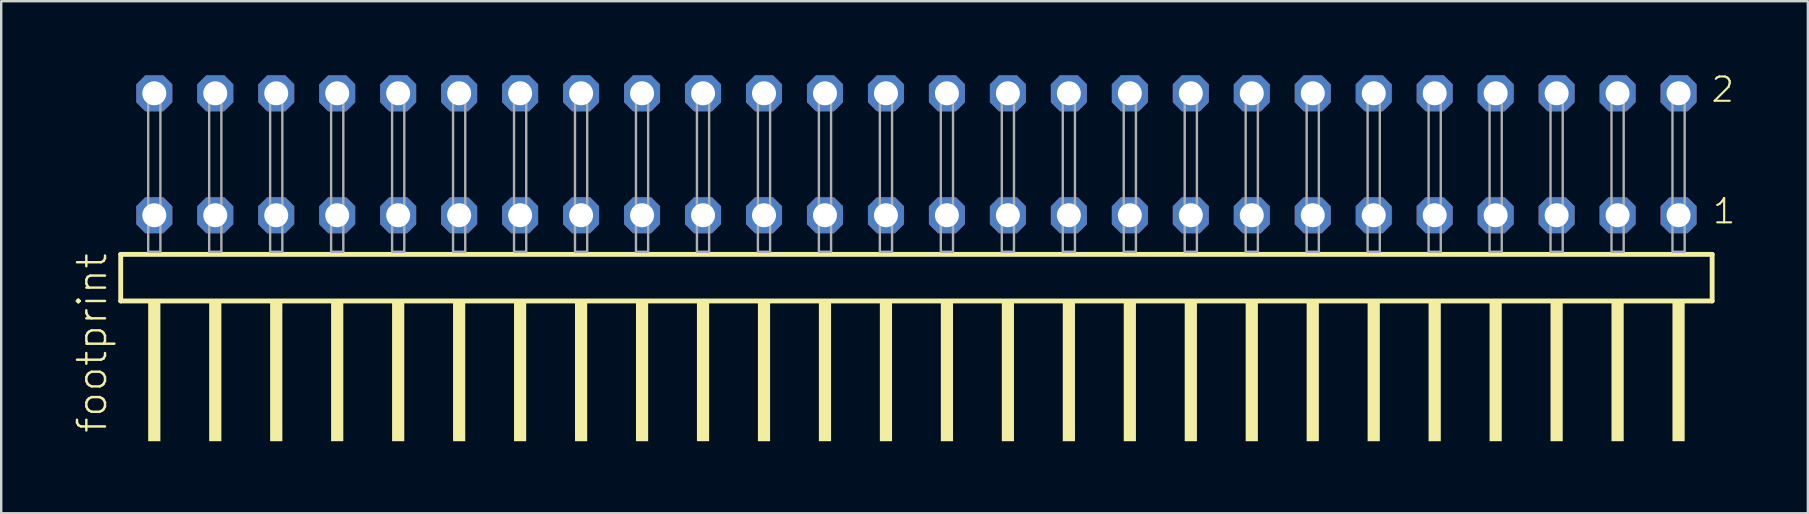
<source format=kicad_pcb>
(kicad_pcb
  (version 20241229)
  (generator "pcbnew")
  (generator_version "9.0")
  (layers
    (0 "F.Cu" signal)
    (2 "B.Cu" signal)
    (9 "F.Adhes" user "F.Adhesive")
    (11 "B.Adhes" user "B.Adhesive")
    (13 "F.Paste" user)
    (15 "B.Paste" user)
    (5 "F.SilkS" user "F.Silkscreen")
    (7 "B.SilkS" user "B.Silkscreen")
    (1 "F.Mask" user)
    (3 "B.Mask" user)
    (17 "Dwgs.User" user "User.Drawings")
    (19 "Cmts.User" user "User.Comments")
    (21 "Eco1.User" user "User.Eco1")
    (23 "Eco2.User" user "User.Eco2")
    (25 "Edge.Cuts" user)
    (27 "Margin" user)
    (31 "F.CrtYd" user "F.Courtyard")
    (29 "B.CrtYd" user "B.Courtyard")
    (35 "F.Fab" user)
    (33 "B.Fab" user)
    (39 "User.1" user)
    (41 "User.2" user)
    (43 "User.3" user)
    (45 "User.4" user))
  (footprint "footprint"
    (layer "F.Cu")
    (at 35.128 7.441)
    (property "Reference" "footprint" (at -33.655 7.62 90) (layer "F.SilkS") (effects (font (size 1.168 1.168) (thickness 0.102)) (justify left bottom)))
    (fp_line (start -33.149 0.106) (end -33.149 2.046) (stroke (width 0.203) (type solid)) (layer "F.SilkS"))
    (fp_line (start -33.149 2.046) (end 33.149 2.046) (stroke (width 0.203) (type solid)) (layer "F.SilkS"))
    (fp_line (start 33.149 0.106) (end -33.149 0.106) (stroke (width 0.203) (type solid)) (layer "F.SilkS"))
    (fp_line (start 33.149 2.046) (end 33.149 0.106) (stroke (width 0.203) (type solid)) (layer "F.SilkS"))
    (fp_poly (pts (xy -32.004 7.89) (xy -31.496 7.89) (xy -31.496 2.04) (xy -32.004 2.04)) (stroke (width 0) (type solid)) (fill yes) (layer "F.SilkS"))
    (fp_poly (pts (xy -29.464 7.89) (xy -28.956 7.89) (xy -28.956 2.04) (xy -29.464 2.04)) (stroke (width 0) (type solid)) (fill yes) (layer "F.SilkS"))
    (fp_poly (pts (xy -26.924 7.89) (xy -26.416 7.89) (xy -26.416 2.04) (xy -26.924 2.04)) (stroke (width 0) (type solid)) (fill yes) (layer "F.SilkS"))
    (fp_poly (pts (xy -24.384 7.89) (xy -23.876 7.89) (xy -23.876 2.04) (xy -24.384 2.04)) (stroke (width 0) (type solid)) (fill yes) (layer "F.SilkS"))
    (fp_poly (pts (xy -21.844 7.89) (xy -21.336 7.89) (xy -21.336 2.04) (xy -21.844 2.04)) (stroke (width 0) (type solid)) (fill yes) (layer "F.SilkS"))
    (fp_poly (pts (xy -19.304 7.89) (xy -18.796 7.89) (xy -18.796 2.04) (xy -19.304 2.04)) (stroke (width 0) (type solid)) (fill yes) (layer "F.SilkS"))
    (fp_poly (pts (xy -16.764 7.89) (xy -16.256 7.89) (xy -16.256 2.04) (xy -16.764 2.04)) (stroke (width 0) (type solid)) (fill yes) (layer "F.SilkS"))
    (fp_poly (pts (xy -14.224 7.89) (xy -13.716 7.89) (xy -13.716 2.04) (xy -14.224 2.04)) (stroke (width 0) (type solid)) (fill yes) (layer "F.SilkS"))
    (fp_poly (pts (xy -11.684 7.89) (xy -11.176 7.89) (xy -11.176 2.04) (xy -11.684 2.04)) (stroke (width 0) (type solid)) (fill yes) (layer "F.SilkS"))
    (fp_poly (pts (xy -9.144 7.89) (xy -8.636 7.89) (xy -8.636 2.04) (xy -9.144 2.04)) (stroke (width 0) (type solid)) (fill yes) (layer "F.SilkS"))
    (fp_poly (pts (xy -6.604 7.89) (xy -6.096 7.89) (xy -6.096 2.04) (xy -6.604 2.04)) (stroke (width 0) (type solid)) (fill yes) (layer "F.SilkS"))
    (fp_poly (pts (xy -4.064 7.89) (xy -3.556 7.89) (xy -3.556 2.04) (xy -4.064 2.04)) (stroke (width 0) (type solid)) (fill yes) (layer "F.SilkS"))
    (fp_poly (pts (xy -1.524 7.89) (xy -1.016 7.89) (xy -1.016 2.04) (xy -1.524 2.04)) (stroke (width 0) (type solid)) (fill yes) (layer "F.SilkS"))
    (fp_poly (pts (xy 1.016 7.89) (xy 1.524 7.89) (xy 1.524 2.04) (xy 1.016 2.04)) (stroke (width 0) (type solid)) (fill yes) (layer "F.SilkS"))
    (fp_poly (pts (xy 3.556 7.89) (xy 4.064 7.89) (xy 4.064 2.04) (xy 3.556 2.04)) (stroke (width 0) (type solid)) (fill yes) (layer "F.SilkS"))
    (fp_poly (pts (xy 6.096 7.89) (xy 6.604 7.89) (xy 6.604 2.04) (xy 6.096 2.04)) (stroke (width 0) (type solid)) (fill yes) (layer "F.SilkS"))
    (fp_poly (pts (xy 8.636 7.89) (xy 9.144 7.89) (xy 9.144 2.04) (xy 8.636 2.04)) (stroke (width 0) (type solid)) (fill yes) (layer "F.SilkS"))
    (fp_poly (pts (xy 11.176 7.89) (xy 11.684 7.89) (xy 11.684 2.04) (xy 11.176 2.04)) (stroke (width 0) (type solid)) (fill yes) (layer "F.SilkS"))
    (fp_poly (pts (xy 13.716 7.89) (xy 14.224 7.89) (xy 14.224 2.04) (xy 13.716 2.04)) (stroke (width 0) (type solid)) (fill yes) (layer "F.SilkS"))
    (fp_poly (pts (xy 16.256 7.89) (xy 16.764 7.89) (xy 16.764 2.04) (xy 16.256 2.04)) (stroke (width 0) (type solid)) (fill yes) (layer "F.SilkS"))
    (fp_poly (pts (xy 18.796 7.89) (xy 19.304 7.89) (xy 19.304 2.04) (xy 18.796 2.04)) (stroke (width 0) (type solid)) (fill yes) (layer "F.SilkS"))
    (fp_poly (pts (xy 21.336 7.89) (xy 21.844 7.89) (xy 21.844 2.04) (xy 21.336 2.04)) (stroke (width 0) (type solid)) (fill yes) (layer "F.SilkS"))
    (fp_poly (pts (xy 23.876 7.89) (xy 24.384 7.89) (xy 24.384 2.04) (xy 23.876 2.04)) (stroke (width 0) (type solid)) (fill yes) (layer "F.SilkS"))
    (fp_poly (pts (xy 26.416 7.89) (xy 26.924 7.89) (xy 26.924 2.04) (xy 26.416 2.04)) (stroke (width 0) (type solid)) (fill yes) (layer "F.SilkS"))
    (fp_poly (pts (xy 28.956 7.89) (xy 29.464 7.89) (xy 29.464 2.04) (xy 28.956 2.04)) (stroke (width 0) (type solid)) (fill yes) (layer "F.SilkS"))
    (fp_poly (pts (xy 31.496 7.89) (xy 32.004 7.89) (xy 32.004 2.04) (xy 31.496 2.04)) (stroke (width 0) (type solid)) (fill yes) (layer "F.SilkS"))
    (fp_poly (pts (xy -32.004 0) (xy -31.496 0) (xy -31.496 -6.858) (xy -32.004 -6.858)) (stroke (width 0.1) (type solid)) (fill no) (layer "F.Fab"))
    (fp_poly (pts (xy -29.464 0) (xy -28.956 0) (xy -28.956 -6.858) (xy -29.464 -6.858)) (stroke (width 0.1) (type solid)) (fill no) (layer "F.Fab"))
    (fp_poly (pts (xy -26.924 0) (xy -26.416 0) (xy -26.416 -6.858) (xy -26.924 -6.858)) (stroke (width 0.1) (type solid)) (fill no) (layer "F.Fab"))
    (fp_poly (pts (xy -24.384 0) (xy -23.876 0) (xy -23.876 -6.858) (xy -24.384 -6.858)) (stroke (width 0.1) (type solid)) (fill no) (layer "F.Fab"))
    (fp_poly (pts (xy -21.844 0) (xy -21.336 0) (xy -21.336 -6.858) (xy -21.844 -6.858)) (stroke (width 0.1) (type solid)) (fill no) (layer "F.Fab"))
    (fp_poly (pts (xy -19.304 0) (xy -18.796 0) (xy -18.796 -6.858) (xy -19.304 -6.858)) (stroke (width 0.1) (type solid)) (fill no) (layer "F.Fab"))
    (fp_poly (pts (xy -16.764 0) (xy -16.256 0) (xy -16.256 -6.858) (xy -16.764 -6.858)) (stroke (width 0.1) (type solid)) (fill no) (layer "F.Fab"))
    (fp_poly (pts (xy -14.224 0) (xy -13.716 0) (xy -13.716 -6.858) (xy -14.224 -6.858)) (stroke (width 0.1) (type solid)) (fill no) (layer "F.Fab"))
    (fp_poly (pts (xy -11.684 0) (xy -11.176 0) (xy -11.176 -6.858) (xy -11.684 -6.858)) (stroke (width 0.1) (type solid)) (fill no) (layer "F.Fab"))
    (fp_poly (pts (xy -9.144 0) (xy -8.636 0) (xy -8.636 -6.858) (xy -9.144 -6.858)) (stroke (width 0.1) (type solid)) (fill no) (layer "F.Fab"))
    (fp_poly (pts (xy -6.604 0) (xy -6.096 0) (xy -6.096 -6.858) (xy -6.604 -6.858)) (stroke (width 0.1) (type solid)) (fill no) (layer "F.Fab"))
    (fp_poly (pts (xy -4.064 0) (xy -3.556 0) (xy -3.556 -6.858) (xy -4.064 -6.858)) (stroke (width 0.1) (type solid)) (fill no) (layer "F.Fab"))
    (fp_poly (pts (xy -1.524 0) (xy -1.016 0) (xy -1.016 -6.858) (xy -1.524 -6.858)) (stroke (width 0.1) (type solid)) (fill no) (layer "F.Fab"))
    (fp_poly (pts (xy 1.016 0) (xy 1.524 0) (xy 1.524 -6.858) (xy 1.016 -6.858)) (stroke (width 0.1) (type solid)) (fill no) (layer "F.Fab"))
    (fp_poly (pts (xy 3.556 0) (xy 4.064 0) (xy 4.064 -6.858) (xy 3.556 -6.858)) (stroke (width 0.1) (type solid)) (fill no) (layer "F.Fab"))
    (fp_poly (pts (xy 6.096 0) (xy 6.604 0) (xy 6.604 -6.858) (xy 6.096 -6.858)) (stroke (width 0.1) (type solid)) (fill no) (layer "F.Fab"))
    (fp_poly (pts (xy 8.636 0) (xy 9.144 0) (xy 9.144 -6.858) (xy 8.636 -6.858)) (stroke (width 0.1) (type solid)) (fill no) (layer "F.Fab"))
    (fp_poly (pts (xy 11.176 0) (xy 11.684 0) (xy 11.684 -6.858) (xy 11.176 -6.858)) (stroke (width 0.1) (type solid)) (fill no) (layer "F.Fab"))
    (fp_poly (pts (xy 13.716 0) (xy 14.224 0) (xy 14.224 -6.858) (xy 13.716 -6.858)) (stroke (width 0.1) (type solid)) (fill no) (layer "F.Fab"))
    (fp_poly (pts (xy 16.256 0) (xy 16.764 0) (xy 16.764 -6.858) (xy 16.256 -6.858)) (stroke (width 0.1) (type solid)) (fill no) (layer "F.Fab"))
    (fp_poly (pts (xy 18.796 0) (xy 19.304 0) (xy 19.304 -6.858) (xy 18.796 -6.858)) (stroke (width 0.1) (type solid)) (fill no) (layer "F.Fab"))
    (fp_poly (pts (xy 21.336 0) (xy 21.844 0) (xy 21.844 -6.858) (xy 21.336 -6.858)) (stroke (width 0.1) (type solid)) (fill no) (layer "F.Fab"))
    (fp_poly (pts (xy 23.876 0) (xy 24.384 0) (xy 24.384 -6.858) (xy 23.876 -6.858)) (stroke (width 0.1) (type solid)) (fill no) (layer "F.Fab"))
    (fp_poly (pts (xy 26.416 0) (xy 26.924 0) (xy 26.924 -6.858) (xy 26.416 -6.858)) (stroke (width 0.1) (type solid)) (fill no) (layer "F.Fab"))
    (fp_poly (pts (xy 28.956 0) (xy 29.464 0) (xy 29.464 -6.858) (xy 28.956 -6.858)) (stroke (width 0.1) (type solid)) (fill no) (layer "F.Fab"))
    (fp_poly (pts (xy 31.496 0) (xy 32.004 0) (xy 32.004 -6.858) (xy 31.496 -6.858)) (stroke (width 0.1) (type solid)) (fill no) (layer "F.Fab"))
    (fp_text user "1" (at 33.11 -1.1 0) (layer "F.SilkS") (effects (font (size 1.012 1.012) (thickness 0.088)) (justify left bottom)))
    (fp_text user "2" (at 33.05 -6.165 0) (layer "F.SilkS") (effects (font (size 1.012 1.012) (thickness 0.088)) (justify left bottom)))
    (pad "1" thru_hole roundrect (at 31.75 -1.524 180) (size 1.5 1.5) (drill 1) (layers "*.Cu" "*.Mask") (roundrect_rratio 0.25) (chamfer_ratio 0.25) (chamfer top_left top_right bottom_left bottom_right))
    (pad "2" thru_hole roundrect (at 31.75 -6.604 180) (size 1.5 1.5) (drill 1) (layers "*.Cu" "*.Mask") (roundrect_rratio 0.25) (chamfer_ratio 0.25) (chamfer top_left top_right bottom_left bottom_right))
    (pad "3" thru_hole roundrect (at 29.21 -1.524 180) (size 1.5 1.5) (drill 1) (layers "*.Cu" "*.Mask") (roundrect_rratio 0.25) (chamfer_ratio 0.25) (chamfer top_left top_right bottom_left bottom_right))
    (pad "4" thru_hole roundrect (at 29.21 -6.604 180) (size 1.5 1.5) (drill 1) (layers "*.Cu" "*.Mask") (roundrect_rratio 0.25) (chamfer_ratio 0.25) (chamfer top_left top_right bottom_left bottom_right))
    (pad "5" thru_hole roundrect (at 26.67 -1.524 180) (size 1.5 1.5) (drill 1) (layers "*.Cu" "*.Mask") (roundrect_rratio 0.25) (chamfer_ratio 0.25) (chamfer top_left top_right bottom_left bottom_right))
    (pad "6" thru_hole roundrect (at 26.67 -6.604 180) (size 1.5 1.5) (drill 1) (layers "*.Cu" "*.Mask") (roundrect_rratio 0.25) (chamfer_ratio 0.25) (chamfer top_left top_right bottom_left bottom_right))
    (pad "7" thru_hole roundrect (at 24.13 -1.524 180) (size 1.5 1.5) (drill 1) (layers "*.Cu" "*.Mask") (roundrect_rratio 0.25) (chamfer_ratio 0.25) (chamfer top_left top_right bottom_left bottom_right))
    (pad "8" thru_hole roundrect (at 24.13 -6.604 180) (size 1.5 1.5) (drill 1) (layers "*.Cu" "*.Mask") (roundrect_rratio 0.25) (chamfer_ratio 0.25) (chamfer top_left top_right bottom_left bottom_right))
    (pad "9" thru_hole roundrect (at 21.59 -1.524 180) (size 1.5 1.5) (drill 1) (layers "*.Cu" "*.Mask") (roundrect_rratio 0.25) (chamfer_ratio 0.25) (chamfer top_left top_right bottom_left bottom_right))
    (pad "10" thru_hole roundrect (at 21.59 -6.604 180) (size 1.5 1.5) (drill 1) (layers "*.Cu" "*.Mask") (roundrect_rratio 0.25) (chamfer_ratio 0.25) (chamfer top_left top_right bottom_left bottom_right))
    (pad "11" thru_hole roundrect (at 19.05 -1.524 180) (size 1.5 1.5) (drill 1) (layers "*.Cu" "*.Mask") (roundrect_rratio 0.25) (chamfer_ratio 0.25) (chamfer top_left top_right bottom_left bottom_right))
    (pad "12" thru_hole roundrect (at 19.05 -6.604 180) (size 1.5 1.5) (drill 1) (layers "*.Cu" "*.Mask") (roundrect_rratio 0.25) (chamfer_ratio 0.25) (chamfer top_left top_right bottom_left bottom_right))
    (pad "13" thru_hole roundrect (at 16.51 -1.524 180) (size 1.5 1.5) (drill 1) (layers "*.Cu" "*.Mask") (roundrect_rratio 0.25) (chamfer_ratio 0.25) (chamfer top_left top_right bottom_left bottom_right))
    (pad "14" thru_hole roundrect (at 16.51 -6.604 180) (size 1.5 1.5) (drill 1) (layers "*.Cu" "*.Mask") (roundrect_rratio 0.25) (chamfer_ratio 0.25) (chamfer top_left top_right bottom_left bottom_right))
    (pad "15" thru_hole roundrect (at 13.97 -1.524 180) (size 1.5 1.5) (drill 1) (layers "*.Cu" "*.Mask") (roundrect_rratio 0.25) (chamfer_ratio 0.25) (chamfer top_left top_right bottom_left bottom_right))
    (pad "16" thru_hole roundrect (at 13.97 -6.604 180) (size 1.5 1.5) (drill 1) (layers "*.Cu" "*.Mask") (roundrect_rratio 0.25) (chamfer_ratio 0.25) (chamfer top_left top_right bottom_left bottom_right))
    (pad "17" thru_hole roundrect (at 11.43 -1.524 180) (size 1.5 1.5) (drill 1) (layers "*.Cu" "*.Mask") (roundrect_rratio 0.25) (chamfer_ratio 0.25) (chamfer top_left top_right bottom_left bottom_right))
    (pad "18" thru_hole roundrect (at 11.43 -6.604 180) (size 1.5 1.5) (drill 1) (layers "*.Cu" "*.Mask") (roundrect_rratio 0.25) (chamfer_ratio 0.25) (chamfer top_left top_right bottom_left bottom_right))
    (pad "19" thru_hole roundrect (at 8.89 -1.524 180) (size 1.5 1.5) (drill 1) (layers "*.Cu" "*.Mask") (roundrect_rratio 0.25) (chamfer_ratio 0.25) (chamfer top_left top_right bottom_left bottom_right))
    (pad "20" thru_hole roundrect (at 8.89 -6.604 180) (size 1.5 1.5) (drill 1) (layers "*.Cu" "*.Mask") (roundrect_rratio 0.25) (chamfer_ratio 0.25) (chamfer top_left top_right bottom_left bottom_right))
    (pad "21" thru_hole roundrect (at 6.35 -1.524 180) (size 1.5 1.5) (drill 1) (layers "*.Cu" "*.Mask") (roundrect_rratio 0.25) (chamfer_ratio 0.25) (chamfer top_left top_right bottom_left bottom_right))
    (pad "22" thru_hole roundrect (at 6.35 -6.604 180) (size 1.5 1.5) (drill 1) (layers "*.Cu" "*.Mask") (roundrect_rratio 0.25) (chamfer_ratio 0.25) (chamfer top_left top_right bottom_left bottom_right))
    (pad "23" thru_hole roundrect (at 3.81 -1.524 180) (size 1.5 1.5) (drill 1) (layers "*.Cu" "*.Mask") (roundrect_rratio 0.25) (chamfer_ratio 0.25) (chamfer top_left top_right bottom_left bottom_right))
    (pad "24" thru_hole roundrect (at 3.81 -6.604 180) (size 1.5 1.5) (drill 1) (layers "*.Cu" "*.Mask") (roundrect_rratio 0.25) (chamfer_ratio 0.25) (chamfer top_left top_right bottom_left bottom_right))
    (pad "25" thru_hole roundrect (at 1.27 -1.524 180) (size 1.5 1.5) (drill 1) (layers "*.Cu" "*.Mask") (roundrect_rratio 0.25) (chamfer_ratio 0.25) (chamfer top_left top_right bottom_left bottom_right))
    (pad "26" thru_hole roundrect (at 1.27 -6.604 180) (size 1.5 1.5) (drill 1) (layers "*.Cu" "*.Mask") (roundrect_rratio 0.25) (chamfer_ratio 0.25) (chamfer top_left top_right bottom_left bottom_right))
    (pad "27" thru_hole roundrect (at -1.27 -1.524 180) (size 1.5 1.5) (drill 1) (layers "*.Cu" "*.Mask") (roundrect_rratio 0.25) (chamfer_ratio 0.25) (chamfer top_left top_right bottom_left bottom_right))
    (pad "28" thru_hole roundrect (at -1.27 -6.604 180) (size 1.5 1.5) (drill 1) (layers "*.Cu" "*.Mask") (roundrect_rratio 0.25) (chamfer_ratio 0.25) (chamfer top_left top_right bottom_left bottom_right))
    (pad "29" thru_hole roundrect (at -3.81 -1.524 180) (size 1.5 1.5) (drill 1) (layers "*.Cu" "*.Mask") (roundrect_rratio 0.25) (chamfer_ratio 0.25) (chamfer top_left top_right bottom_left bottom_right))
    (pad "30" thru_hole roundrect (at -3.81 -6.604 180) (size 1.5 1.5) (drill 1) (layers "*.Cu" "*.Mask") (roundrect_rratio 0.25) (chamfer_ratio 0.25) (chamfer top_left top_right bottom_left bottom_right))
    (pad "31" thru_hole roundrect (at -6.35 -1.524 180) (size 1.5 1.5) (drill 1) (layers "*.Cu" "*.Mask") (roundrect_rratio 0.25) (chamfer_ratio 0.25) (chamfer top_left top_right bottom_left bottom_right))
    (pad "32" thru_hole roundrect (at -6.35 -6.604 180) (size 1.5 1.5) (drill 1) (layers "*.Cu" "*.Mask") (roundrect_rratio 0.25) (chamfer_ratio 0.25) (chamfer top_left top_right bottom_left bottom_right))
    (pad "33" thru_hole roundrect (at -8.89 -1.524 180) (size 1.5 1.5) (drill 1) (layers "*.Cu" "*.Mask") (roundrect_rratio 0.25) (chamfer_ratio 0.25) (chamfer top_left top_right bottom_left bottom_right))
    (pad "34" thru_hole roundrect (at -8.89 -6.604 180) (size 1.5 1.5) (drill 1) (layers "*.Cu" "*.Mask") (roundrect_rratio 0.25) (chamfer_ratio 0.25) (chamfer top_left top_right bottom_left bottom_right))
    (pad "35" thru_hole roundrect (at -11.43 -1.524 180) (size 1.5 1.5) (drill 1) (layers "*.Cu" "*.Mask") (roundrect_rratio 0.25) (chamfer_ratio 0.25) (chamfer top_left top_right bottom_left bottom_right))
    (pad "36" thru_hole roundrect (at -11.43 -6.604 180) (size 1.5 1.5) (drill 1) (layers "*.Cu" "*.Mask") (roundrect_rratio 0.25) (chamfer_ratio 0.25) (chamfer top_left top_right bottom_left bottom_right))
    (pad "37" thru_hole roundrect (at -13.97 -1.524 180) (size 1.5 1.5) (drill 1) (layers "*.Cu" "*.Mask") (roundrect_rratio 0.25) (chamfer_ratio 0.25) (chamfer top_left top_right bottom_left bottom_right))
    (pad "38" thru_hole roundrect (at -13.97 -6.604 180) (size 1.5 1.5) (drill 1) (layers "*.Cu" "*.Mask") (roundrect_rratio 0.25) (chamfer_ratio 0.25) (chamfer top_left top_right bottom_left bottom_right))
    (pad "39" thru_hole roundrect (at -16.51 -1.524 180) (size 1.5 1.5) (drill 1) (layers "*.Cu" "*.Mask") (roundrect_rratio 0.25) (chamfer_ratio 0.25) (chamfer top_left top_right bottom_left bottom_right))
    (pad "40" thru_hole roundrect (at -16.51 -6.604 180) (size 1.5 1.5) (drill 1) (layers "*.Cu" "*.Mask") (roundrect_rratio 0.25) (chamfer_ratio 0.25) (chamfer top_left top_right bottom_left bottom_right))
    (pad "41" thru_hole roundrect (at -19.05 -1.524 180) (size 1.5 1.5) (drill 1) (layers "*.Cu" "*.Mask") (roundrect_rratio 0.25) (chamfer_ratio 0.25) (chamfer top_left top_right bottom_left bottom_right))
    (pad "42" thru_hole roundrect (at -19.05 -6.604 180) (size 1.5 1.5) (drill 1) (layers "*.Cu" "*.Mask") (roundrect_rratio 0.25) (chamfer_ratio 0.25) (chamfer top_left top_right bottom_left bottom_right))
    (pad "43" thru_hole roundrect (at -21.59 -1.524 180) (size 1.5 1.5) (drill 1) (layers "*.Cu" "*.Mask") (roundrect_rratio 0.25) (chamfer_ratio 0.25) (chamfer top_left top_right bottom_left bottom_right))
    (pad "44" thru_hole roundrect (at -21.59 -6.604 180) (size 1.5 1.5) (drill 1) (layers "*.Cu" "*.Mask") (roundrect_rratio 0.25) (chamfer_ratio 0.25) (chamfer top_left top_right bottom_left bottom_right))
    (pad "45" thru_hole roundrect (at -24.13 -1.524 180) (size 1.5 1.5) (drill 1) (layers "*.Cu" "*.Mask") (roundrect_rratio 0.25) (chamfer_ratio 0.25) (chamfer top_left top_right bottom_left bottom_right))
    (pad "46" thru_hole roundrect (at -24.13 -6.604 180) (size 1.5 1.5) (drill 1) (layers "*.Cu" "*.Mask") (roundrect_rratio 0.25) (chamfer_ratio 0.25) (chamfer top_left top_right bottom_left bottom_right))
    (pad "47" thru_hole roundrect (at -26.67 -1.524 180) (size 1.5 1.5) (drill 1) (layers "*.Cu" "*.Mask") (roundrect_rratio 0.25) (chamfer_ratio 0.25) (chamfer top_left top_right bottom_left bottom_right))
    (pad "48" thru_hole roundrect (at -26.67 -6.604 180) (size 1.5 1.5) (drill 1) (layers "*.Cu" "*.Mask") (roundrect_rratio 0.25) (chamfer_ratio 0.25) (chamfer top_left top_right bottom_left bottom_right))
    (pad "49" thru_hole roundrect (at -29.21 -1.524 180) (size 1.5 1.5) (drill 1) (layers "*.Cu" "*.Mask") (roundrect_rratio 0.25) (chamfer_ratio 0.25) (chamfer top_left top_right bottom_left bottom_right))
    (pad "50" thru_hole roundrect (at -29.21 -6.604 180) (size 1.5 1.5) (drill 1) (layers "*.Cu" "*.Mask") (roundrect_rratio 0.25) (chamfer_ratio 0.25) (chamfer top_left top_right bottom_left bottom_right))
    (pad "51" thru_hole roundrect (at -31.75 -1.524 180) (size 1.5 1.5) (drill 1) (layers "*.Cu" "*.Mask") (roundrect_rratio 0.25) (chamfer_ratio 0.25) (chamfer top_left top_right bottom_left bottom_right))
    (pad "52" thru_hole roundrect (at -31.75 -6.604 180) (size 1.5 1.5) (drill 1) (layers "*.Cu" "*.Mask") (roundrect_rratio 0.25) (chamfer_ratio 0.25) (chamfer top_left top_right bottom_left bottom_right)))
  (gr_rect
    (start -3 -3)
    (end 72.264 18.331)
    (stroke (width 0.1) (type default))
    (fill no)
    (layer "Edge.Cuts")))
</source>
